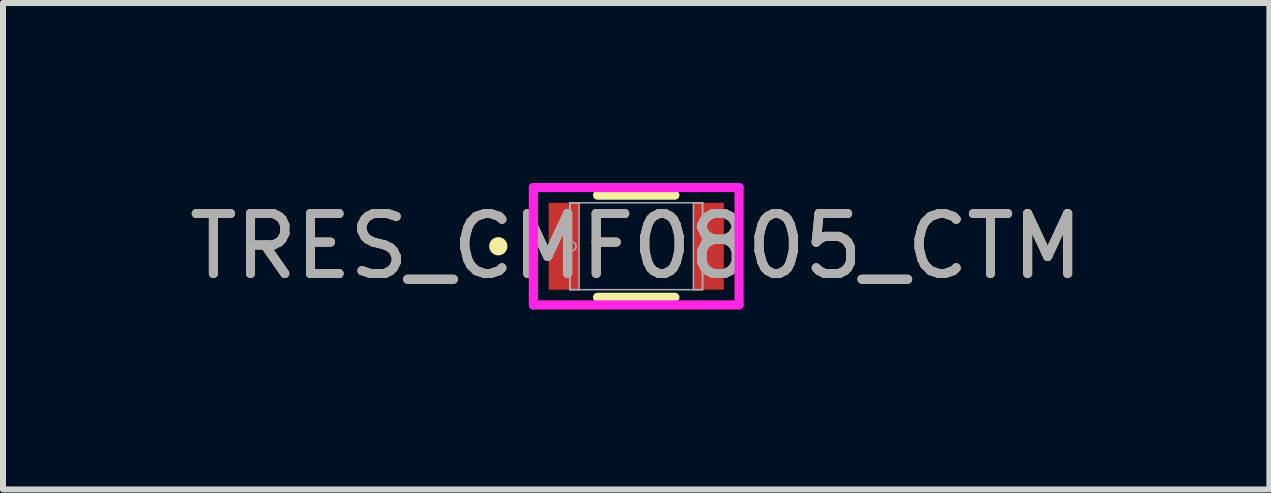
<source format=kicad_pcb>
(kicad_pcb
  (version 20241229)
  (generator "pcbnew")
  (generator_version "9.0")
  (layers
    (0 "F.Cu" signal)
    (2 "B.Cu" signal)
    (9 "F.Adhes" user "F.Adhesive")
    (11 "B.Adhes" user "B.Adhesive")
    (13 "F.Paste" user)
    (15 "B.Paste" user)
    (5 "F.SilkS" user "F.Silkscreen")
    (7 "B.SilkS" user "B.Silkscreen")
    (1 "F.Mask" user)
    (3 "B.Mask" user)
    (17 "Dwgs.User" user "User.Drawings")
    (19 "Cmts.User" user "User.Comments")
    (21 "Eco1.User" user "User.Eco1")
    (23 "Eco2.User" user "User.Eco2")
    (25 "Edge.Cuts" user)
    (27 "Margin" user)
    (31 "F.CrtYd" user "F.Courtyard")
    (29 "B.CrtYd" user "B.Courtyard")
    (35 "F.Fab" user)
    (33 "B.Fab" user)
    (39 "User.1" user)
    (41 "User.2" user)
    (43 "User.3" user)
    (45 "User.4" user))
  (footprint "TRES_CMF0805_CTM"
    (layer "F.Cu")
    (at 7.554 1.054)
    (property "Reference" "TRES_CMF0805_CTM" (at 0 0 0) (unlocked yes) (layer "F.SilkS") (effects (font (size 1 1) (thickness 0.15))))
    (attr smd)
    (fp_line (start -0.645 0.851) (end 0.645 0.851) (stroke (width 0.152) (type solid)) (layer "F.SilkS"))
    (fp_line (start 0.645 -0.851) (end -0.645 -0.851) (stroke (width 0.152) (type solid)) (layer "F.SilkS"))
    (fp_circle (center -2.299 0) (end -2.223 0) (stroke (width 0.152) (type solid)) (fill no) (layer "F.SilkS"))
    (fp_line (start -1.714 -0.978) (end 1.714 -0.978) (stroke (width 0.152) (type solid)) (layer "F.CrtYd"))
    (fp_line (start -1.714 0.978) (end -1.714 -0.978) (stroke (width 0.152) (type solid)) (layer "F.CrtYd"))
    (fp_line (start 1.714 -0.978) (end 1.714 0.978) (stroke (width 0.152) (type solid)) (layer "F.CrtYd"))
    (fp_line (start 1.714 0.978) (end -1.714 0.978) (stroke (width 0.152) (type solid)) (layer "F.CrtYd"))
    (fp_line (start -1.105 -0.724) (end -1.105 0.724) (stroke (width 0.025) (type solid)) (layer "F.Fab"))
    (fp_line (start -1.105 -0.724) (end -1.105 0.724) (stroke (width 0.025) (type solid)) (layer "F.Fab"))
    (fp_line (start -1.105 0.724) (end -0.953 0.724) (stroke (width 0.025) (type solid)) (layer "F.Fab"))
    (fp_line (start -1.105 0.724) (end 1.105 0.724) (stroke (width 0.025) (type solid)) (layer "F.Fab"))
    (fp_line (start -0.953 -0.724) (end -1.105 -0.724) (stroke (width 0.025) (type solid)) (layer "F.Fab"))
    (fp_line (start -0.953 0.724) (end -0.953 -0.724) (stroke (width 0.025) (type solid)) (layer "F.Fab"))
    (fp_line (start 0.953 -0.724) (end 0.953 0.724) (stroke (width 0.025) (type solid)) (layer "F.Fab"))
    (fp_line (start 0.953 0.724) (end 1.105 0.724) (stroke (width 0.025) (type solid)) (layer "F.Fab"))
    (fp_line (start 1.105 -0.724) (end -1.105 -0.724) (stroke (width 0.025) (type solid)) (layer "F.Fab"))
    (fp_line (start 1.105 -0.724) (end 0.953 -0.724) (stroke (width 0.025) (type solid)) (layer "F.Fab"))
    (fp_line (start 1.105 0.724) (end 1.105 -0.724) (stroke (width 0.025) (type solid)) (layer "F.Fab"))
    (fp_line (start 1.105 0.724) (end 1.105 -0.724) (stroke (width 0.025) (type solid)) (layer "F.Fab"))
    (fp_circle (center -1.079 0) (end -1.003 0) (stroke (width 0.025) (type solid)) (fill no) (layer "F.Fab"))
    (fp_text user "${REFERENCE}" (at 0 0 0) (unlocked yes) (layer "F.Fab") (effects (font (size 1 1) (thickness 0.15))))
    (pad "1" smd rect (at -1.206 0) (size 0.508 1.448) (layers "F.Cu" "F.Mask" "F.Paste"))
    (pad "2" smd rect (at 1.206 0) (size 0.508 1.448) (layers "F.Cu" "F.Mask" "F.Paste"))
    (zone (net_name "") (layer "F.Cu") (hatch full 0.508) (connect_pads) (min_thickness 0.254) (filled_areas_thickness no) (keepout (tracks not_allowed) (vias not_allowed) (pads allowed) (copperpour not_allowed) (footprints allowed)) (placement (enabled no)) (fill) (polygon (pts (xy 6.652 0.381) (xy 8.455 0.381) (xy 8.455 1.727) (xy 6.652 1.727)))))
  (gr_rect
    (start -3 -3)
    (end 18.107 5.108)
    (stroke (width 0.1) (type default))
    (fill no)
    (layer "Edge.Cuts")))
</source>
